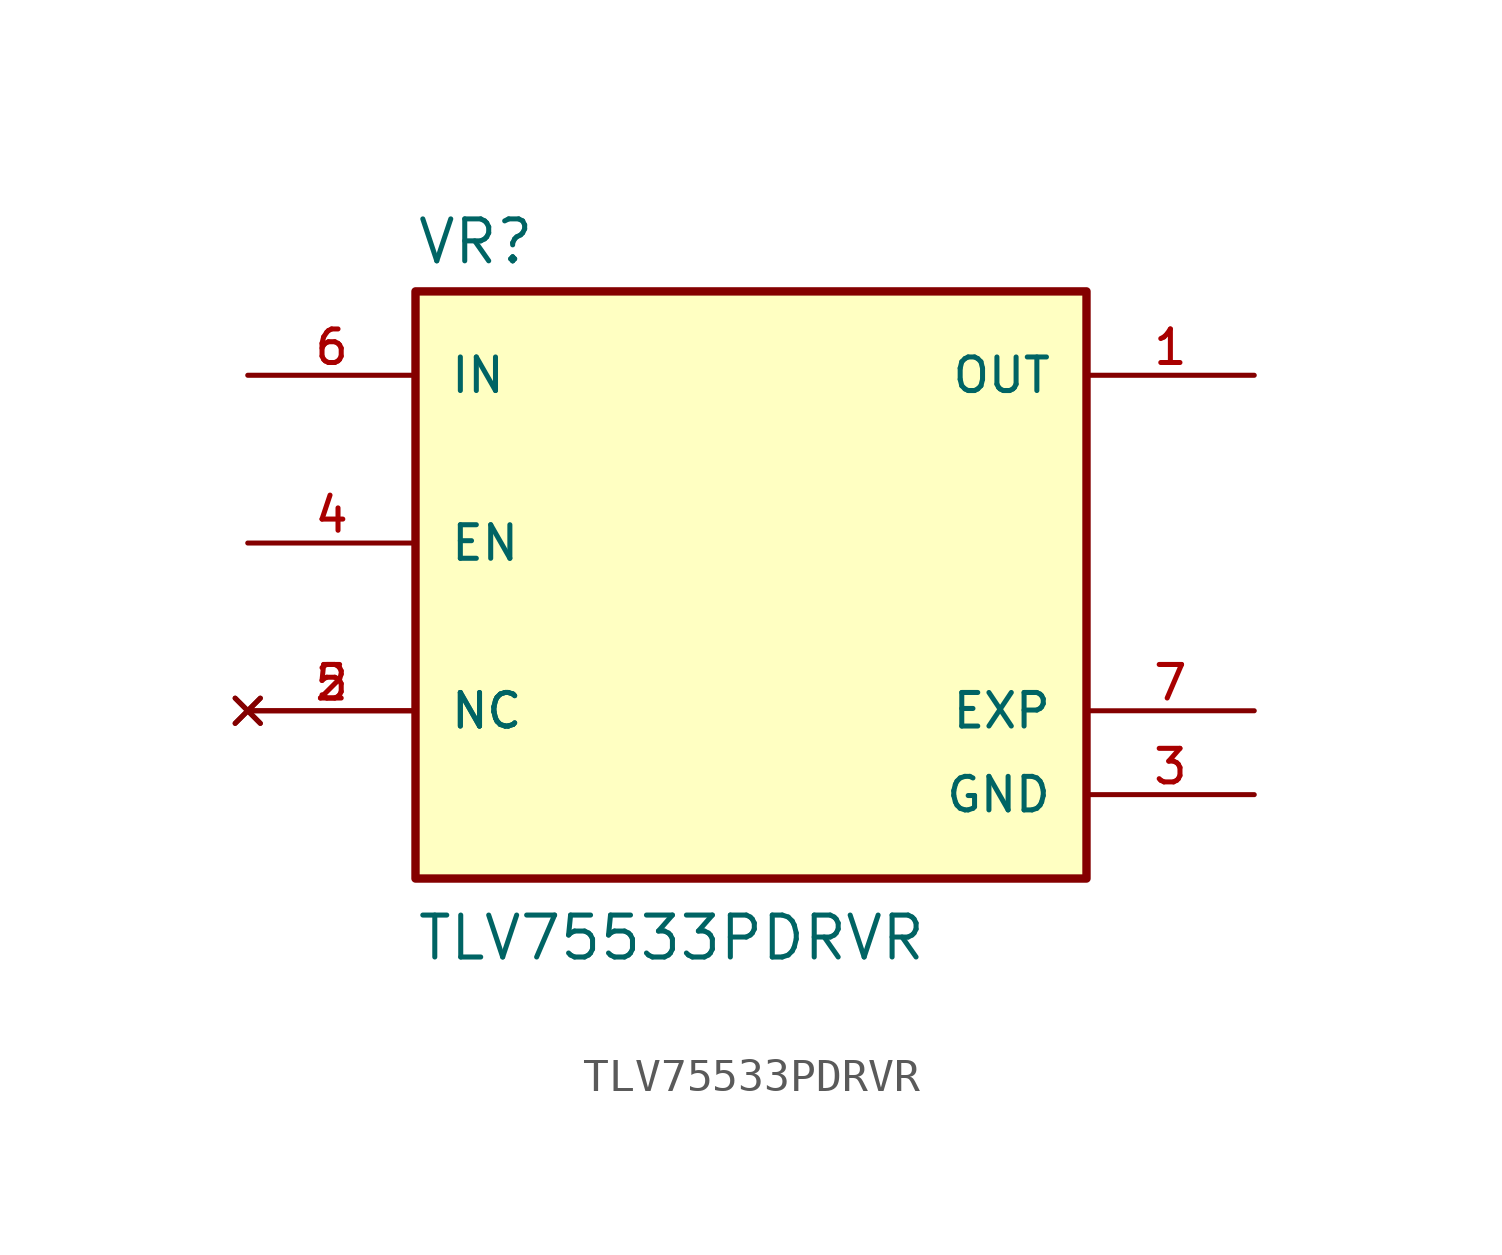
<source format=kicad_sym>
(kicad_symbol_lib
  (version 20211014)
  (generator kicad_symbol_editor)
  (symbol "TLV75533PDRVR"
    (pin_names
      (offset 1.016))
    (property "Reference" "VR"
      (at -10.16 10.922 0)
      (effects (font (size 1.27 1.27)) (justify bottom left)))
    (property "Value" "TLV75533PDRVR"
      (at -10.16 -10.16 0)
      (effects (font (size 1.27 1.27)) (justify bottom left)))
    (symbol "TLV75533PDRVR_0_0"
      (rectangle (start -10.16 -7.62) (end 10.16 10.16) (stroke (width 0.254)) (fill (type background)))
      (pin output line (at 15.24 7.62 180.0) (length 5.08) (name "OUT" (effects (font (size 1.016 1.016)))) (number "1" (effects (font (size 1.016 1.016)))))
      (pin no_connect line (at -15.24 -2.54 0) (length 5.08) (name "NC" (effects (font (size 1.016 1.016)))) (number "2" (effects (font (size 1.016 1.016)))))
      (pin no_connect line (at -15.24 -2.54 0) (length 5.08) (name "NC" (effects (font (size 1.016 1.016)))) (number "5" (effects (font (size 1.016 1.016)))))
      (pin power_in line (at 15.24 -5.08 180.0) (length 5.08) (name "GND" (effects (font (size 1.016 1.016)))) (number "3" (effects (font (size 1.016 1.016)))))
      (pin input line (at -15.24 2.54 0) (length 5.08) (name "EN" (effects (font (size 1.016 1.016)))) (number "4" (effects (font (size 1.016 1.016)))))
      (pin input line (at -15.24 7.62 0) (length 5.08) (name "IN" (effects (font (size 1.016 1.016)))) (number "6" (effects (font (size 1.016 1.016)))))
      (pin power_in line (at 15.24 -2.54 180.0) (length 5.08) (name "EXP" (effects (font (size 1.016 1.016)))) (number "7" (effects (font (size 1.016 1.016))))))))
</source>
